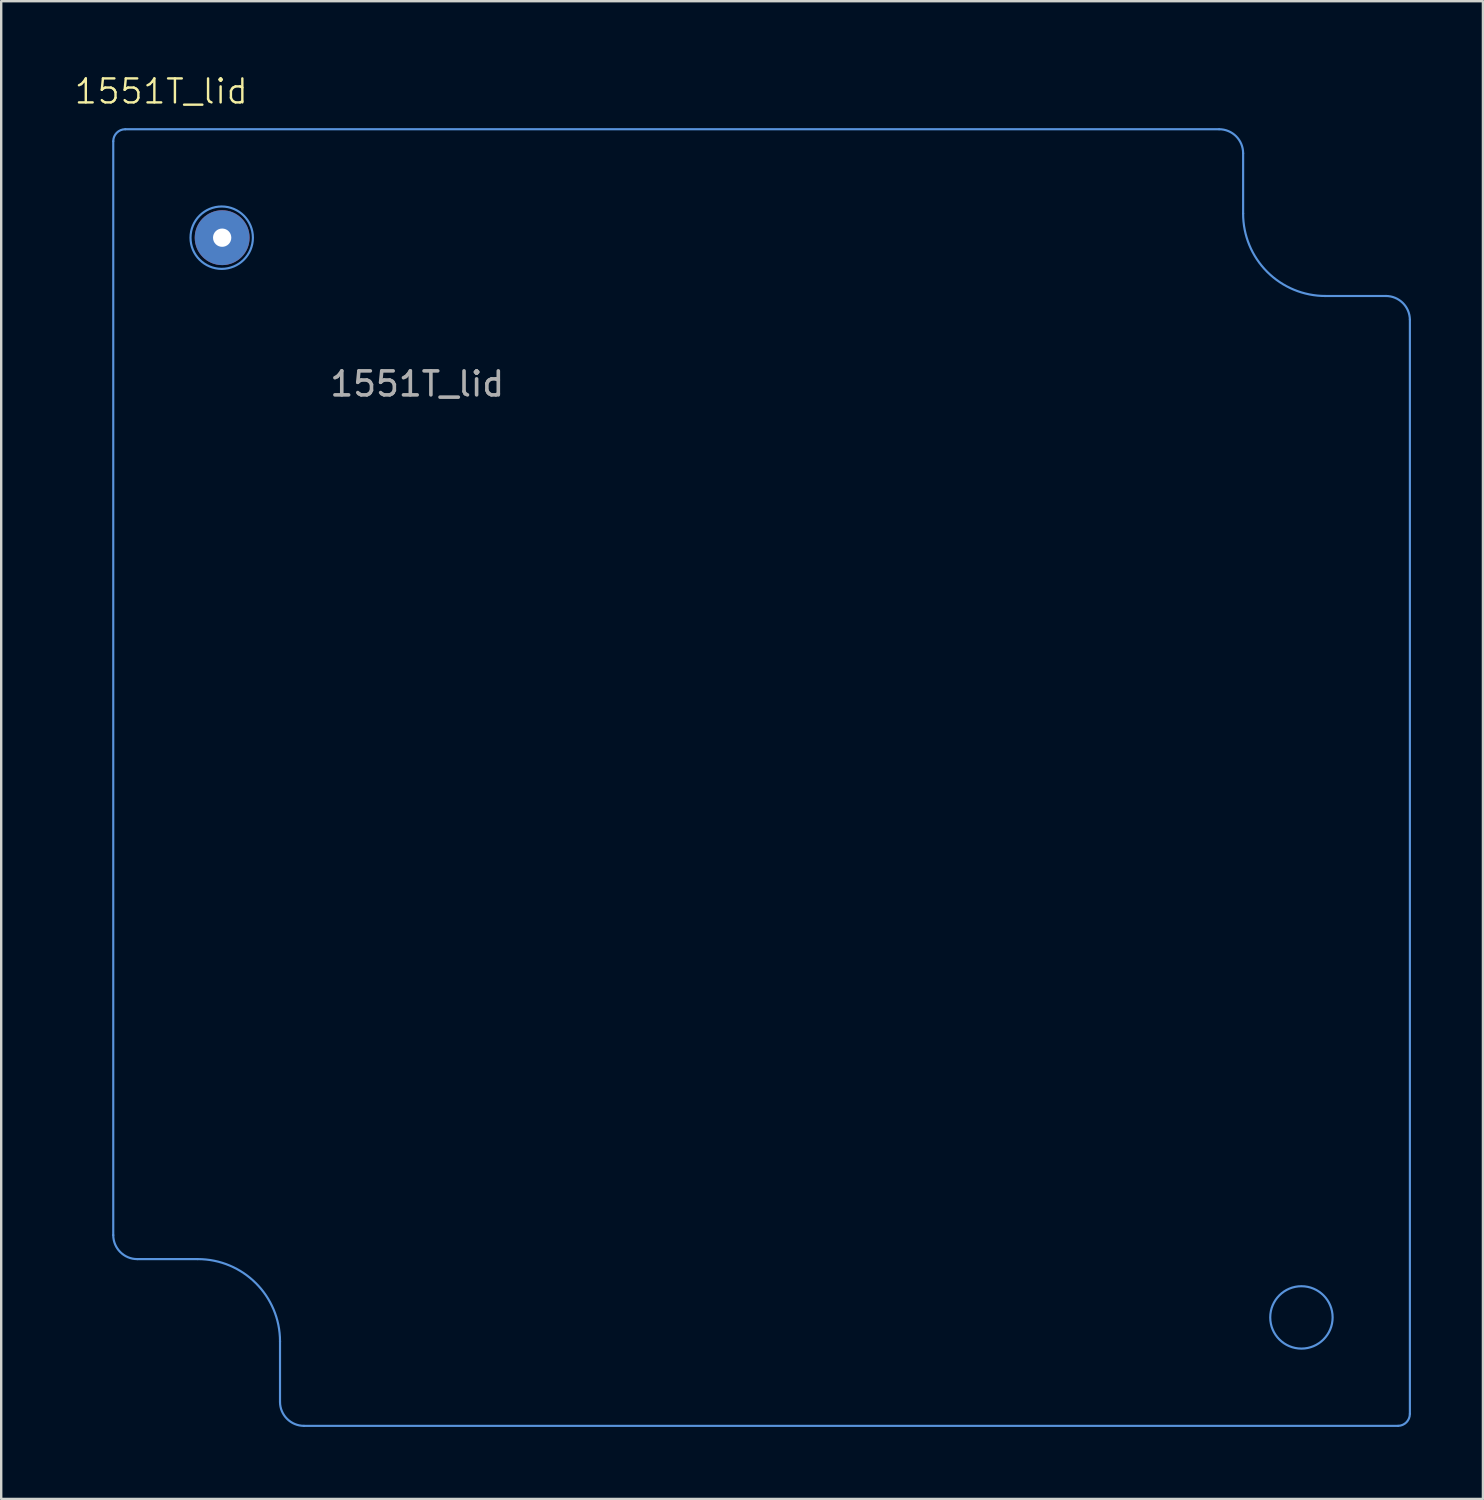
<source format=kicad_pcb>
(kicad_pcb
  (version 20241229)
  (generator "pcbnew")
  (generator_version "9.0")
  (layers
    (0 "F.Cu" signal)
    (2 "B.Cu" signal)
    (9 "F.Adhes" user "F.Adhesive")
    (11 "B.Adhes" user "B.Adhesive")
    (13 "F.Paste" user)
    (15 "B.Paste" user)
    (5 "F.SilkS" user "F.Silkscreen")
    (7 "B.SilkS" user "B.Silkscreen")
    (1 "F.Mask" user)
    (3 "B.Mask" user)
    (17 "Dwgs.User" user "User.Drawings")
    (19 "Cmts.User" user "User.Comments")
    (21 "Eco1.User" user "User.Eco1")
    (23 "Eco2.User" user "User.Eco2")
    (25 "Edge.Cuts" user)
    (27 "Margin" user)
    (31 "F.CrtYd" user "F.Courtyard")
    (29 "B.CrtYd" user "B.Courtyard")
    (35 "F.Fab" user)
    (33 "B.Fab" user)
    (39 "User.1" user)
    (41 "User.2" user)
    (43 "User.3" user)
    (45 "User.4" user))
  (footprint "1551T_lid"
    (layer "F.Cu")
    (at 6.209 6.856)
    (property "Reference" "1551T_lid" (at -2.54 -6.096 0) (unlocked yes) (layer "F.SilkS") (effects (font (size 1 1) (thickness 0.1))))
    (fp_line (start -4.539 -4.02) (end -4.539 41.57) (stroke (width 0.09) (type default)) (layer "Cmts.User"))
    (fp_line (start -3.539 42.57) (end -1.019 42.57) (stroke (width 0.09) (type default)) (layer "Cmts.User"))
    (fp_line (start 2.411 46) (end 2.411 46) (stroke (width 0.09) (type default)) (layer "Cmts.User"))
    (fp_line (start 2.411 46) (end 2.411 48.525) (stroke (width 0.09) (type default)) (layer "Cmts.User"))
    (fp_line (start 3.411 49.52) (end 49.008 49.52) (stroke (width 0.09) (type default)) (layer "Cmts.User"))
    (fp_line (start 41.551 -4.52) (end -4.039 -4.52) (stroke (width 0.09) (type default)) (layer "Cmts.User"))
    (fp_line (start 42.551 -1.007) (end 42.551 -3.52) (stroke (width 0.09) (type default)) (layer "Cmts.User"))
    (fp_line (start 48.501 2.43) (end 45.981 2.43) (stroke (width 0.09) (type default)) (layer "Cmts.User"))
    (fp_line (start 49.501 49.02) (end 49.501 3.417) (stroke (width 0.09) (type default)) (layer "Cmts.User"))
    (fp_arc (start -4.5386 -4.019778) (mid -4.392147 -4.373296) (end -4.0386 -4.51973) (stroke (width 0.09) (type default)) (layer "Cmts.User"))
    (fp_arc (start -3.5386 42.56982) (mid -4.245705 42.276927) (end -4.5386 41.569822) (stroke (width 0.09) (type default)) (layer "Cmts.User"))
    (fp_arc (start -1.0189 42.56982) (mid 1.406619 43.574503) (end 2.411302 46.000022) (stroke (width 0.09) (type default)) (layer "Cmts.User"))
    (fp_arc (start 3.4113 49.519729) (mid 2.706191 49.228831) (end 2.411309 48.525378) (stroke (width 0.09) (type default)) (layer "Cmts.User"))
    (fp_arc (start 41.551 -4.51973) (mid 42.258073 -4.226851) (end 42.55095 -3.519778) (stroke (width 0.09) (type default)) (layer "Cmts.User"))
    (fp_arc (start 45.9811 2.430179) (mid 43.553164 1.423058) (end 42.55095 -1.006907) (stroke (width 0.09) (type default)) (layer "Cmts.User"))
    (fp_arc (start 48.5009 2.430179) (mid 49.203432 2.718509) (end 49.500859 3.417239) (stroke (width 0.09) (type default)) (layer "Cmts.User"))
    (fp_arc (start 49.500859 49.019622) (mid 49.356917 49.370718) (end 49.007941 49.519729) (stroke (width 0.09) (type default)) (layer "Cmts.User"))
    (fp_circle (center -0.019 0) (end 1.281 0) (stroke (width 0.09) (type default)) (fill no) (layer "Cmts.User"))
    (fp_circle (center 44.981 45) (end 46.281 45) (stroke (width 0.09) (type default)) (fill no) (layer "Cmts.User"))
    (fp_text user "${REFERENCE}" (at 8.128 6.096 0) (unlocked yes) (layer "F.Fab") (effects (font (size 1 1) (thickness 0.15))))
    (pad "1" thru_hole circle (at 0 0) (size 2.286 2.286) (drill 0.762) (layers "*.Cu" "*.Mask")))
  (gr_rect
    (start -3 -3)
    (end 58.755 59.421)
    (stroke (width 0.1) (type default))
    (fill no)
    (layer "Edge.Cuts")))
</source>
